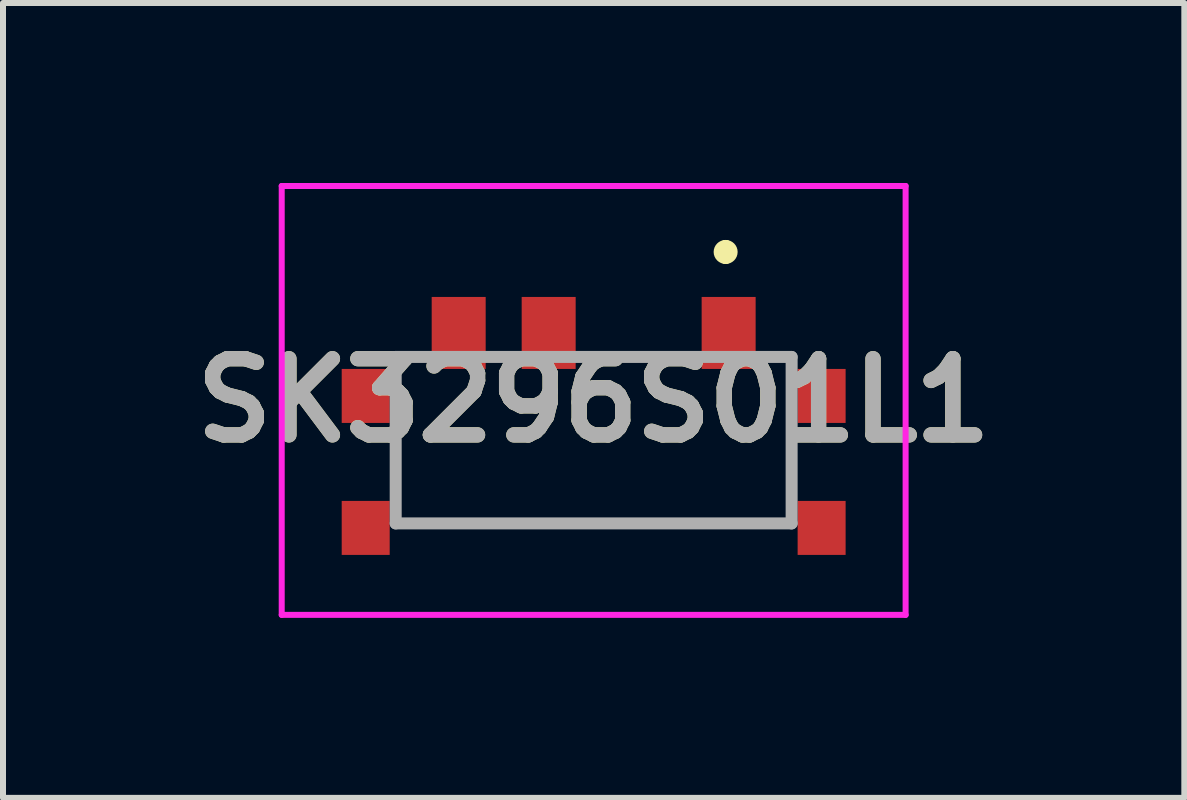
<source format=kicad_pcb>
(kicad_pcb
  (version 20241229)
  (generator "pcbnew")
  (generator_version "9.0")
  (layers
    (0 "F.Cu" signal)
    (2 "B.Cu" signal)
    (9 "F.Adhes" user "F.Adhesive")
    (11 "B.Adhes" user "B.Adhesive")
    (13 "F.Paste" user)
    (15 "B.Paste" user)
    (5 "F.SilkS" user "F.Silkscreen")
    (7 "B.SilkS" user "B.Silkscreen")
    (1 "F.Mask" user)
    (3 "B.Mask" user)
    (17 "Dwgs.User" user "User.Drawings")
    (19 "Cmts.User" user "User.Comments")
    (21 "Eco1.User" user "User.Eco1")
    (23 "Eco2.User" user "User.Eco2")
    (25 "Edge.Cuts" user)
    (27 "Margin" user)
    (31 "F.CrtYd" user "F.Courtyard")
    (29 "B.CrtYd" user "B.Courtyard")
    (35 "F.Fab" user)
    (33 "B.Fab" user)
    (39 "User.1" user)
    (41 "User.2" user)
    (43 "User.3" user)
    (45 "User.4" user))
  (footprint "SK3296S01L1"
    (layer "F.Cu")
    (at 6.846 3.4)
    (property "Reference" "SK3296S01L1" (at 0 0.225 0) (layer "F.SilkS") (effects (font (size 1.27 1.27) (thickness 0.254))))
    (attr through_hole)
    (fp_line (start -2.75 2.275) (end 2.75 2.275) (stroke (width 0.1) (type solid)) (layer "F.SilkS"))
    (fp_line (start 2.2 -2.35) (end 2.2 -2.35) (stroke (width 0.2) (type solid)) (layer "F.SilkS"))
    (fp_line (start 2.2 -2.15) (end 2.2 -2.15) (stroke (width 0.2) (type solid)) (layer "F.SilkS"))
    (fp_arc (start 2.2 -2.35) (mid 2.3 -2.25) (end 2.2 -2.15) (stroke (width 0.2) (type solid)) (layer "F.SilkS"))
    (fp_arc (start 2.2 -2.15) (mid 2.1 -2.25) (end 2.2 -2.35) (stroke (width 0.2) (type solid)) (layer "F.SilkS"))
    (fp_line (start -5.2 -3.35) (end -5.2 3.8) (stroke (width 0.1) (type solid)) (layer "F.CrtYd"))
    (fp_line (start -5.2 3.8) (end 5.2 3.8) (stroke (width 0.1) (type solid)) (layer "F.CrtYd"))
    (fp_line (start 5.2 -3.35) (end -5.2 -3.35) (stroke (width 0.1) (type solid)) (layer "F.CrtYd"))
    (fp_line (start 5.2 3.8) (end 5.2 -3.35) (stroke (width 0.1) (type solid)) (layer "F.CrtYd"))
    (fp_line (start -3.3 -0.5) (end 3.3 -0.5) (stroke (width 0.2) (type solid)) (layer "F.Fab"))
    (fp_line (start -3.3 2.275) (end -3.3 -0.5) (stroke (width 0.2) (type solid)) (layer "F.Fab"))
    (fp_line (start 3.3 -0.5) (end 3.3 2.275) (stroke (width 0.2) (type solid)) (layer "F.Fab"))
    (fp_line (start 3.3 2.275) (end -3.3 2.275) (stroke (width 0.2) (type solid)) (layer "F.Fab"))
    (fp_text user "${REFERENCE}" (at 0 0.225 0) (layer "F.Fab") (effects (font (size 1.27 1.27) (thickness 0.254))))
    (pad "" np_thru_hole circle (at -1.5 1.25) (size 0.001 0.001) (drill 0.9) (layers "*.Cu" "*.Mask"))
    (pad "" np_thru_hole circle (at 1.5 1.25) (size 0.001 0.001) (drill 0.9) (layers "*.Cu" "*.Mask"))
    (pad "1" smd rect (at -2.25 -0.9) (size 0.9 1.2) (layers "F.Cu" "F.Mask" "F.Paste"))
    (pad "2" smd rect (at -0.75 -0.9) (size 0.9 1.2) (layers "F.Cu" "F.Mask" "F.Paste"))
    (pad "3" smd rect (at 2.25 -0.9) (size 0.9 1.2) (layers "F.Cu" "F.Mask" "F.Paste"))
    (pad "MP1" smd rect (at -3.8 0.15) (size 0.8 0.9) (layers "F.Cu" "F.Mask" "F.Paste"))
    (pad "MP2" smd rect (at 3.8 0.15) (size 0.8 0.9) (layers "F.Cu" "F.Mask" "F.Paste"))
    (pad "MP3" smd rect (at 3.8 2.35) (size 0.8 0.9) (layers "F.Cu" "F.Mask" "F.Paste"))
    (pad "MP4" smd rect (at -3.8 2.35) (size 0.8 0.9) (layers "F.Cu" "F.Mask" "F.Paste")))
  (gr_rect
    (start -3 -3)
    (end 16.692 10.25)
    (stroke (width 0.1) (type default))
    (fill no)
    (layer "Edge.Cuts")))
</source>
